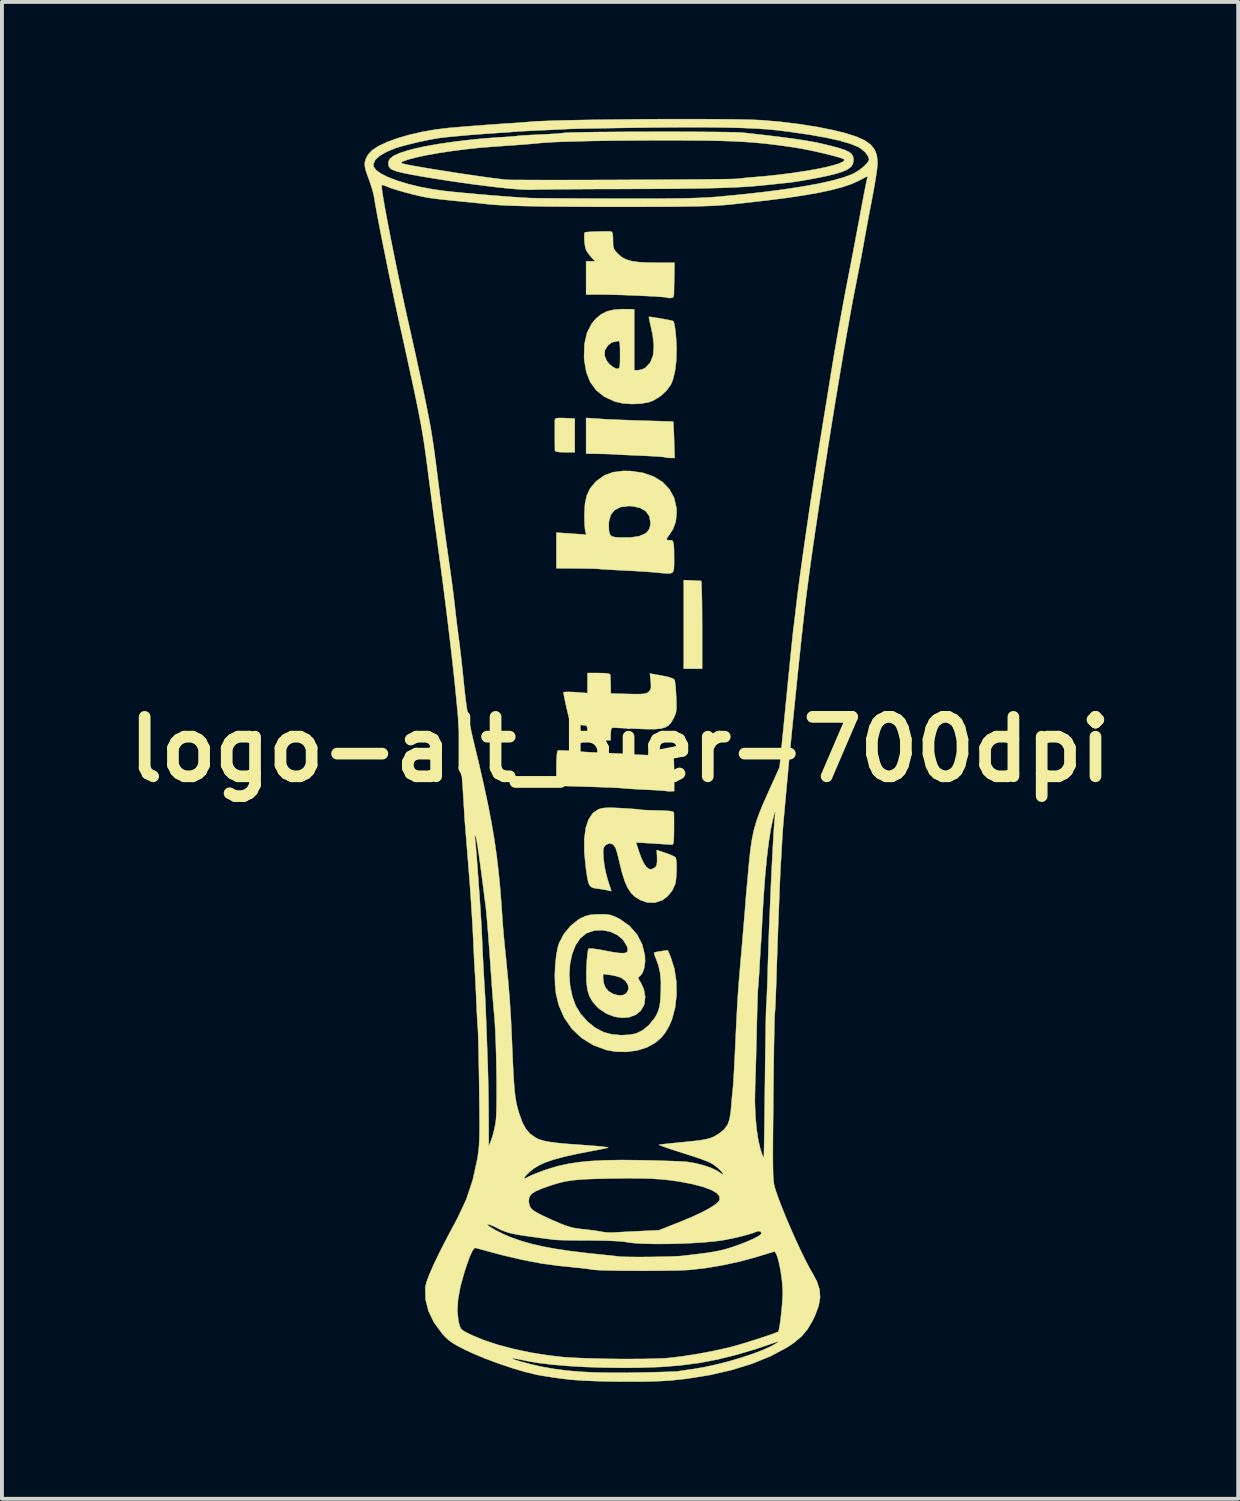
<source format=kicad_pcb>
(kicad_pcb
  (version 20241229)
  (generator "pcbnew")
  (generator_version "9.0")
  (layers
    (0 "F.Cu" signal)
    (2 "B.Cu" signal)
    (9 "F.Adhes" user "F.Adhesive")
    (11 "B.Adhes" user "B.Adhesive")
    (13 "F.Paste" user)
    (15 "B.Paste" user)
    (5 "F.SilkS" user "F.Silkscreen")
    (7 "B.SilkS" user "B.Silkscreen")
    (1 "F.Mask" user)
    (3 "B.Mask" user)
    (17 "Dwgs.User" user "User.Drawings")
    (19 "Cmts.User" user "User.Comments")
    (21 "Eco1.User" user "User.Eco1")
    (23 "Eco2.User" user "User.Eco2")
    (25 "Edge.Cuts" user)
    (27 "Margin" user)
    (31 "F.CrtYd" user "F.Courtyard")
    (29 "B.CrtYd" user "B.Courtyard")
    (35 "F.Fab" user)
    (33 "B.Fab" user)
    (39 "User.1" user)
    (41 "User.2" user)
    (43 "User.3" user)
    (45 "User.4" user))
  (footprint "logo-alt_bier-700dpi"
    (layer "F.Cu")
    (at 12.852 16.169)
    (property "Reference" "logo-alt_bier-700dpi" (at 0 0 0) (layer "F.SilkS") (effects (font (size 1.524 1.524) (thickness 0.3))))
    (attr through_hole)
    (fp_poly (pts (xy 1.841 -4.333) (xy 1.959 -4.327) (xy 2.047 -4.323) (xy 2.077 -4.321) (xy 2.084 -4.285) (xy 2.09 -4.186) (xy 2.095 -4.031) (xy 2.1 -3.831) (xy 2.103 -3.592) (xy 2.104 -3.325) (xy 2.105 -3.193) (xy 2.105 -2.068) (xy 1.633 -2.068) (xy 1.633 -4.342) (xy 1.841 -4.333)) (stroke (width 0.01) (type solid)) (fill yes) (layer "F.SilkS"))
    (fp_poly (pts (xy -1.415 -8.497) (xy -1.161 -8.485) (xy -1.161 -7.62) (xy -1.415 -7.62) (xy -1.563 -7.625) (xy -1.646 -7.641) (xy -1.67 -7.665) (xy -1.671 -7.738) (xy -1.672 -7.858) (xy -1.673 -8.004) (xy -1.673 -8.157) (xy -1.673 -8.296) (xy -1.673 -8.402) (xy -1.672 -8.455) (xy -1.657 -8.483) (xy -1.607 -8.498) (xy -1.508 -8.5) (xy -1.415 -8.497)) (stroke (width 0.01) (type solid)) (fill yes) (layer "F.SilkS"))
    (fp_poly (pts (xy -0.535 -8.478) (xy -0.394 -8.469) (xy -0.197 -8.46) (xy 0.037 -8.45) (xy 0.292 -8.441) (xy 0.549 -8.433) (xy 0.581 -8.432) (xy 0.81 -8.425) (xy 1.013 -8.419) (xy 1.18 -8.413) (xy 1.299 -8.409) (xy 1.36 -8.406) (xy 1.366 -8.405) (xy 1.369 -8.369) (xy 1.373 -8.274) (xy 1.379 -8.135) (xy 1.385 -7.964) (xy 1.386 -7.938) (xy 1.4 -7.475) (xy 1.287 -7.475) (xy 1.202 -7.48) (xy 1.157 -7.491) (xy 1.156 -7.492) (xy 1.116 -7.499) (xy 1.016 -7.508) (xy 0.87 -7.517) (xy 0.691 -7.527) (xy 0.597 -7.531) (xy 0.389 -7.54) (xy 0.19 -7.549) (xy 0.021 -7.557) (xy -0.101 -7.564) (xy -0.127 -7.566) (xy -0.257 -7.573) (xy -0.424 -7.578) (xy -0.59 -7.581) (xy -0.871 -7.584) (xy -0.871 -8.501) (xy -0.535 -8.478)) (stroke (width 0.01) (type solid)) (fill yes) (layer "F.SilkS"))
    (fp_poly (pts (xy -1.436 0.029) (xy -1.299 0.038) (xy -1.262 0.041) (xy -1.12 0.052) (xy -0.927 0.064) (xy -0.705 0.076) (xy -0.475 0.087) (xy -0.385 0.091) (xy -0.178 0.101) (xy 0.011 0.11) (xy 0.167 0.119) (xy 0.275 0.126) (xy 0.308 0.129) (xy 0.386 0.135) (xy 0.518 0.14) (xy 0.686 0.145) (xy 0.873 0.149) (xy 0.881 0.149) (xy 1.057 0.154) (xy 1.206 0.163) (xy 1.313 0.174) (xy 1.364 0.188) (xy 1.366 0.189) (xy 1.374 0.237) (xy 1.381 0.342) (xy 1.385 0.488) (xy 1.387 0.647) (xy 1.387 1.07) (xy 1.293 1.074) (xy 1.219 1.073) (xy 1.188 1.067) (xy 1.15 1.062) (xy 1.053 1.054) (xy 0.91 1.045) (xy 0.734 1.036) (xy 0.67 1.033) (xy 0.478 1.023) (xy 0.306 1.014) (xy 0.17 1.004) (xy 0.086 0.997) (xy 0.074 0.996) (xy 0.013 0.99) (xy -0.109 0.984) (xy -0.28 0.976) (xy -0.488 0.968) (xy -0.721 0.96) (xy -0.824 0.957) (xy -1.633 0.932) (xy -1.633 0.487) (xy -1.63 0.275) (xy -1.62 0.126) (xy -1.605 0.044) (xy -1.593 0.029) (xy -1.541 0.026) (xy -1.436 0.029)) (stroke (width 0.01) (type solid)) (fill yes) (layer "F.SilkS"))
    (fp_poly (pts (xy -0.259 -13.284) (xy -0.245 -13.283) (xy -0.209 -13.27) (xy -0.19 -13.226) (xy -0.182 -13.132) (xy -0.181 -13.059) (xy -0.178 -12.931) (xy -0.16 -12.847) (xy -0.117 -12.777) (xy -0.045 -12.701) (xy 0.048 -12.622) (xy 0.157 -12.564) (xy 0.293 -12.524) (xy 0.468 -12.498) (xy 0.694 -12.485) (xy 0.936 -12.482) (xy 1.397 -12.482) (xy 1.39 -12.11) (xy 1.387 -11.945) (xy 1.384 -11.799) (xy 1.382 -11.694) (xy 1.381 -11.657) (xy 1.359 -11.592) (xy 1.294 -11.575) (xy 1.222 -11.581) (xy 1.194 -11.59) (xy 1.154 -11.597) (xy 1.052 -11.606) (xy 0.903 -11.616) (xy 0.716 -11.626) (xy 0.505 -11.636) (xy 0.281 -11.645) (xy 0.057 -11.654) (xy -0.157 -11.66) (xy -0.347 -11.664) (xy -0.499 -11.666) (xy -0.871 -11.666) (xy -0.871 -12.519) (xy -0.64 -12.519) (xy -0.733 -12.618) (xy -0.809 -12.71) (xy -0.867 -12.799) (xy -0.87 -12.804) (xy -0.893 -12.878) (xy -0.909 -12.986) (xy -0.918 -13.103) (xy -0.917 -13.202) (xy -0.905 -13.258) (xy -0.903 -13.26) (xy -0.864 -13.267) (xy -0.771 -13.273) (xy -0.645 -13.279) (xy -0.504 -13.283) (xy -0.369 -13.285) (xy -0.259 -13.284)) (stroke (width 0.01) (type solid)) (fill yes) (layer "F.SilkS"))
    (fp_poly (pts (xy -0.384 -1.955) (xy -0.289 -1.942) (xy -0.251 -1.919) (xy -0.25 -1.914) (xy -0.247 -1.855) (xy -0.244 -1.749) (xy -0.241 -1.651) (xy -0.236 -1.433) (xy 0.212 -1.422) (xy 0.404 -1.418) (xy 0.538 -1.42) (xy 0.627 -1.428) (xy 0.685 -1.444) (xy 0.726 -1.47) (xy 0.733 -1.476) (xy 0.775 -1.526) (xy 0.793 -1.591) (xy 0.79 -1.695) (xy 0.786 -1.744) (xy 0.765 -1.945) (xy 1.07 -1.892) (xy 1.248 -1.855) (xy 1.357 -1.817) (xy 1.399 -1.781) (xy 1.41 -1.722) (xy 1.422 -1.609) (xy 1.434 -1.459) (xy 1.44 -1.343) (xy 1.446 -1.166) (xy 1.445 -1.043) (xy 1.434 -0.953) (xy 1.41 -0.877) (xy 1.373 -0.798) (xy 1.312 -0.694) (xy 1.245 -0.617) (xy 1.16 -0.565) (xy 1.047 -0.534) (xy 0.894 -0.52) (xy 0.688 -0.52) (xy 0.49 -0.527) (xy 0.291 -0.536) (xy 0.112 -0.544) (xy -0.032 -0.551) (xy -0.125 -0.556) (xy -0.145 -0.557) (xy -0.201 -0.554) (xy -0.228 -0.523) (xy -0.238 -0.445) (xy -0.239 -0.399) (xy -0.243 -0.236) (xy -0.385 -0.236) (xy -0.519 -0.238) (xy -0.663 -0.246) (xy -0.68 -0.247) (xy -0.835 -0.258) (xy -0.835 -0.438) (xy -0.839 -0.547) (xy -0.858 -0.602) (xy -0.895 -0.618) (xy -0.898 -0.618) (xy -1.004 -0.626) (xy -1.119 -0.642) (xy -1.216 -0.662) (xy -1.271 -0.681) (xy -1.273 -0.684) (xy -1.288 -0.725) (xy -1.313 -0.819) (xy -1.344 -0.948) (xy -1.378 -1.092) (xy -1.409 -1.235) (xy -1.435 -1.357) (xy -1.449 -1.44) (xy -1.452 -1.462) (xy -1.418 -1.472) (xy -1.329 -1.475) (xy -1.201 -1.471) (xy -1.143 -1.467) (xy -0.835 -1.444) (xy -0.835 -1.959) (xy -0.544 -1.959) (xy -0.384 -1.955)) (stroke (width 0.01) (type solid)) (fill yes) (layer "F.SilkS"))
    (fp_poly (pts (xy 0.245 -11.289) (xy 0.363 -11.285) (xy 0.363 -9.725) (xy 0.467 -9.725) (xy 0.572 -9.747) (xy 0.662 -9.796) (xy 0.779 -9.93) (xy 0.848 -10.11) (xy 0.867 -10.339) (xy 0.838 -10.618) (xy 0.801 -10.795) (xy 0.77 -10.929) (xy 0.748 -11.033) (xy 0.74 -11.089) (xy 0.74 -11.094) (xy 0.777 -11.092) (xy 0.865 -11.08) (xy 0.984 -11.061) (xy 1.114 -11.038) (xy 1.234 -11.015) (xy 1.325 -10.996) (xy 1.366 -10.984) (xy 1.366 -10.983) (xy 1.387 -10.929) (xy 1.407 -10.819) (xy 1.426 -10.669) (xy 1.44 -10.494) (xy 1.448 -10.312) (xy 1.449 -10.29) (xy 1.442 -9.977) (xy 1.408 -9.699) (xy 1.351 -9.47) (xy 1.305 -9.359) (xy 1.192 -9.201) (xy 1.032 -9.056) (xy 0.849 -8.946) (xy 0.748 -8.907) (xy 0.536 -8.867) (xy 0.294 -8.857) (xy 0.056 -8.877) (xy -0.134 -8.921) (xy -0.4 -9.043) (xy -0.609 -9.208) (xy -0.764 -9.418) (xy -0.866 -9.677) (xy -0.918 -9.986) (xy -0.924 -10.07) (xy -0.922 -10.103) (xy -0.399 -10.103) (xy -0.342 -9.965) (xy -0.276 -9.884) (xy -0.187 -9.811) (xy -0.104 -9.766) (xy -0.076 -9.761) (xy -0.042 -9.765) (xy -0.02 -9.786) (xy -0.007 -9.838) (xy -0.001 -9.933) (xy -0.000026 -10.085) (xy 0 -10.128) (xy -0.001 -10.294) (xy -0.006 -10.4) (xy -0.018 -10.457) (xy -0.036 -10.476) (xy -0.057 -10.472) (xy -0.14 -10.452) (xy -0.168 -10.45) (xy -0.228 -10.426) (xy -0.303 -10.368) (xy -0.31 -10.361) (xy -0.389 -10.239) (xy -0.399 -10.103) (xy -0.922 -10.103) (xy -0.912 -10.401) (xy -0.847 -10.685) (xy -0.727 -10.92) (xy -0.611 -11.056) (xy -0.479 -11.162) (xy -0.335 -11.234) (xy -0.161 -11.276) (xy 0.056 -11.291) (xy 0.245 -11.289)) (stroke (width 0.01) (type solid)) (fill yes) (layer "F.SilkS"))
    (fp_poly (pts (xy 0.269 -7.139) (xy 0.588 -7.093) (xy 0.863 -6.997) (xy 1.091 -6.856) (xy 1.267 -6.672) (xy 1.387 -6.45) (xy 1.446 -6.193) (xy 1.451 -6.077) (xy 1.429 -5.846) (xy 1.358 -5.649) (xy 1.264 -5.506) (xy 1.204 -5.42) (xy 1.198 -5.375) (xy 1.249 -5.363) (xy 1.294 -5.367) (xy 1.334 -5.36) (xy 1.361 -5.321) (xy 1.377 -5.24) (xy 1.385 -5.107) (xy 1.386 -4.912) (xy 1.386 -4.903) (xy 1.386 -4.733) (xy 1.379 -4.618) (xy 1.355 -4.548) (xy 1.301 -4.516) (xy 1.206 -4.511) (xy 1.058 -4.523) (xy 0.925 -4.537) (xy 0.782 -4.549) (xy 0.588 -4.562) (xy 0.366 -4.576) (xy 0.139 -4.588) (xy 0.073 -4.591) (xy -0.125 -4.601) (xy -0.3 -4.611) (xy -0.438 -4.619) (xy -0.524 -4.626) (xy -0.544 -4.628) (xy -0.599 -4.632) (xy -0.711 -4.636) (xy -0.867 -4.639) (xy -1.051 -4.641) (xy -1.116 -4.642) (xy -1.633 -4.645) (xy -1.633 -5.56) (xy -1.248 -5.534) (xy -0.864 -5.508) (xy -0.889 -5.589) (xy -0.9 -5.659) (xy -0.908 -5.762) (xy -0.29 -5.762) (xy -0.285 -5.611) (xy -0.265 -5.517) (xy -0.217 -5.466) (xy -0.129 -5.443) (xy -0.023 -5.435) (xy 0.261 -5.435) (xy 0.48 -5.466) (xy 0.635 -5.528) (xy 0.686 -5.568) (xy 0.753 -5.658) (xy 0.778 -5.768) (xy 0.78 -5.821) (xy 0.749 -5.984) (xy 0.658 -6.11) (xy 0.511 -6.195) (xy 0.312 -6.237) (xy 0.217 -6.241) (xy 0.013 -6.215) (xy -0.14 -6.139) (xy -0.24 -6.013) (xy -0.286 -5.838) (xy -0.29 -5.762) (xy -0.908 -5.762) (xy -0.909 -5.782) (xy -0.914 -5.935) (xy -0.915 -6.02) (xy -0.901 -6.29) (xy -0.855 -6.508) (xy -0.771 -6.687) (xy -0.644 -6.843) (xy -0.588 -6.896) (xy -0.398 -7.029) (xy -0.182 -7.109) (xy 0.072 -7.142) (xy 0.269 -7.139)) (stroke (width 0.01) (type solid)) (fill yes) (layer "F.SilkS"))
    (fp_poly (pts (xy -0.105 1.5) (xy 0.034 1.507) (xy 0.208 1.518) (xy 0.355 1.528) (xy 0.461 1.537) (xy 0.51 1.544) (xy 0.511 1.545) (xy 0.553 1.55) (xy 0.653 1.556) (xy 0.796 1.562) (xy 0.955 1.566) (xy 1.14 1.571) (xy 1.264 1.579) (xy 1.338 1.591) (xy 1.373 1.61) (xy 1.381 1.631) (xy 1.382 1.689) (xy 1.383 1.802) (xy 1.383 1.951) (xy 1.383 2.068) (xy 1.381 2.239) (xy 1.376 2.349) (xy 1.365 2.412) (xy 1.347 2.439) (xy 1.318 2.443) (xy 1.318 2.443) (xy 1.258 2.438) (xy 1.142 2.431) (xy 0.988 2.421) (xy 0.832 2.411) (xy 0.409 2.386) (xy 0.496 2.654) (xy 0.55 2.796) (xy 0.611 2.922) (xy 0.666 3.005) (xy 0.671 3.009) (xy 0.739 3.067) (xy 0.798 3.075) (xy 0.851 3.055) (xy 0.906 3.02) (xy 0.938 2.967) (xy 0.95 2.878) (xy 0.948 2.736) (xy 0.947 2.714) (xy 0.94 2.58) (xy 1.168 2.656) (xy 1.289 2.701) (xy 1.382 2.744) (xy 1.424 2.772) (xy 1.44 2.835) (xy 1.449 2.948) (xy 1.449 3.09) (xy 1.443 3.238) (xy 1.43 3.371) (xy 1.414 3.455) (xy 1.338 3.62) (xy 1.219 3.767) (xy 1.088 3.865) (xy 0.892 3.931) (xy 0.694 3.925) (xy 0.517 3.862) (xy 0.388 3.784) (xy 0.282 3.683) (xy 0.194 3.55) (xy 0.117 3.374) (xy 0.046 3.146) (xy -0.017 2.885) (xy -0.051 2.742) (xy -0.086 2.614) (xy -0.113 2.532) (xy -0.178 2.438) (xy -0.264 2.408) (xy -0.357 2.444) (xy -0.37 2.455) (xy -0.408 2.498) (xy -0.428 2.552) (xy -0.433 2.637) (xy -0.426 2.772) (xy -0.425 2.794) (xy -0.403 2.971) (xy -0.363 3.171) (xy -0.315 3.351) (xy -0.223 3.635) (xy -0.302 3.616) (xy -0.383 3.6) (xy -0.503 3.581) (xy -0.574 3.571) (xy -0.667 3.557) (xy -0.733 3.533) (xy -0.78 3.489) (xy -0.813 3.413) (xy -0.84 3.293) (xy -0.866 3.118) (xy -0.879 3.022) (xy -0.917 2.631) (xy -0.917 2.296) (xy -0.881 2.017) (xy -0.808 1.796) (xy -0.699 1.635) (xy -0.555 1.537) (xy -0.483 1.513) (xy -0.394 1.5) (xy -0.273 1.495) (xy -0.105 1.5)) (stroke (width 0.01) (type solid)) (fill yes) (layer "F.SilkS"))
    (fp_poly (pts (xy -0.37 4.231) (xy -0.257 4.245) (xy -0.157 4.277) (xy -0.039 4.334) (xy -0.006 4.352) (xy 0.24 4.524) (xy 0.433 4.743) (xy 0.567 5.001) (xy 0.636 5.28) (xy 0.642 5.444) (xy 0.621 5.6) (xy 0.577 5.729) (xy 0.516 5.809) (xy 0.511 5.812) (xy 0.472 5.843) (xy 0.47 5.879) (xy 0.507 5.944) (xy 0.529 5.977) (xy 0.609 6.148) (xy 0.643 6.341) (xy 0.625 6.524) (xy 0.618 6.547) (xy 0.533 6.699) (xy 0.403 6.806) (xy 0.238 6.868) (xy 0.051 6.884) (xy -0.148 6.854) (xy -0.346 6.778) (xy -0.532 6.654) (xy -0.585 6.606) (xy -0.701 6.476) (xy -0.783 6.335) (xy -0.835 6.171) (xy -0.862 5.968) (xy -0.863 5.875) (xy -0.435 5.875) (xy -0.418 5.993) (xy -0.379 6.101) (xy -0.297 6.2) (xy -0.18 6.271) (xy -0.05 6.307) (xy 0.072 6.303) (xy 0.161 6.257) (xy 0.214 6.159) (xy 0.207 6.049) (xy 0.145 5.943) (xy 0.041 5.863) (xy -0.057 5.826) (xy -0.187 5.795) (xy -0.248 5.785) (xy -0.435 5.76) (xy -0.435 5.875) (xy -0.863 5.875) (xy -0.866 5.715) (xy -0.861 5.576) (xy -0.851 5.405) (xy -0.837 5.26) (xy -0.823 5.158) (xy -0.81 5.113) (xy -0.762 5.107) (xy -0.66 5.115) (xy -0.518 5.136) (xy -0.416 5.155) (xy -0.181 5.2) (xy -0.009 5.223) (xy 0.107 5.225) (xy 0.174 5.202) (xy 0.199 5.155) (xy 0.188 5.081) (xy 0.176 5.047) (xy 0.078 4.885) (xy -0.069 4.76) (xy -0.252 4.675) (xy -0.453 4.635) (xy -0.659 4.645) (xy -0.852 4.71) (xy -0.87 4.72) (xy -1.021 4.844) (xy -1.141 5.023) (xy -1.229 5.246) (xy -1.283 5.5) (xy -1.301 5.774) (xy -1.282 6.056) (xy -1.224 6.336) (xy -1.139 6.571) (xy -1.013 6.78) (xy -0.838 6.977) (xy -0.633 7.141) (xy -0.42 7.253) (xy -0.417 7.254) (xy -0.207 7.308) (xy 0.03 7.329) (xy 0.262 7.317) (xy 0.404 7.288) (xy 0.578 7.204) (xy 0.744 7.066) (xy 0.884 6.892) (xy 0.933 6.809) (xy 0.978 6.709) (xy 1.009 6.609) (xy 1.028 6.487) (xy 1.04 6.324) (xy 1.045 6.233) (xy 1.048 5.959) (xy 1.028 5.733) (xy 0.983 5.533) (xy 0.919 5.361) (xy 0.885 5.273) (xy 0.872 5.218) (xy 0.874 5.211) (xy 0.916 5.199) (xy 1.004 5.182) (xy 1.056 5.174) (xy 1.224 5.15) (xy 1.297 5.323) (xy 1.393 5.623) (xy 1.443 5.953) (xy 1.449 6.292) (xy 1.411 6.624) (xy 1.33 6.928) (xy 1.253 7.104) (xy 1.162 7.261) (xy 1.068 7.379) (xy 0.946 7.489) (xy 0.899 7.525) (xy 0.693 7.641) (xy 0.443 7.72) (xy 0.168 7.758) (xy -0.114 7.752) (xy -0.353 7.709) (xy -0.691 7.583) (xy -0.987 7.4) (xy -1.235 7.165) (xy -1.432 6.883) (xy -1.573 6.559) (xy -1.642 6.273) (xy -1.666 6.047) (xy -1.673 5.792) (xy -1.662 5.531) (xy -1.636 5.283) (xy -1.596 5.073) (xy -1.563 4.966) (xy -1.442 4.735) (xy -1.271 4.528) (xy -1.069 4.365) (xy -1.002 4.327) (xy -0.887 4.275) (xy -0.775 4.245) (xy -0.639 4.232) (xy -0.526 4.229) (xy -0.37 4.231)) (stroke (width 0.01) (type solid)) (fill yes) (layer "F.SilkS"))
    (fp_poly (pts (xy 1.5 -15.84) (xy 1.84 -15.839) (xy 2.158 -15.837) (xy 2.446 -15.835) (xy 2.696 -15.832) (xy 2.9 -15.828) (xy 3.05 -15.823) (xy 3.139 -15.818) (xy 3.643 -15.762) (xy 4.078 -15.71) (xy 4.447 -15.661) (xy 4.752 -15.615) (xy 4.997 -15.572) (xy 5.116 -15.547) (xy 5.391 -15.482) (xy 5.602 -15.426) (xy 5.758 -15.375) (xy 5.867 -15.325) (xy 5.936 -15.271) (xy 5.973 -15.21) (xy 5.986 -15.138) (xy 5.987 -15.113) (xy 5.973 -15.022) (xy 5.927 -14.945) (xy 5.84 -14.878) (xy 5.707 -14.817) (xy 5.521 -14.759) (xy 5.273 -14.7) (xy 5.092 -14.663) (xy 4.882 -14.623) (xy 4.678 -14.587) (xy 4.499 -14.558) (xy 4.366 -14.539) (xy 4.336 -14.536) (xy 4.198 -14.522) (xy 4.019 -14.503) (xy 3.832 -14.484) (xy 3.774 -14.477) (xy 3.581 -14.458) (xy 3.381 -14.441) (xy 3.169 -14.426) (xy 2.937 -14.414) (xy 2.68 -14.403) (xy 2.39 -14.395) (xy 2.061 -14.388) (xy 1.687 -14.383) (xy 1.26 -14.378) (xy 0.776 -14.376) (xy 0.226 -14.374) (xy 0.13 -14.373) (xy -0.272 -14.372) (xy -0.654 -14.371) (xy -1.009 -14.369) (xy -1.332 -14.367) (xy -1.615 -14.365) (xy -1.852 -14.362) (xy -2.037 -14.36) (xy -2.163 -14.357) (xy -2.225 -14.355) (xy -2.228 -14.355) (xy -2.295 -14.352) (xy -2.414 -14.355) (xy -2.57 -14.363) (xy -2.703 -14.372) (xy -2.934 -14.393) (xy -3.207 -14.423) (xy -3.511 -14.46) (xy -3.835 -14.502) (xy -4.167 -14.549) (xy -4.497 -14.598) (xy -4.812 -14.648) (xy -5.102 -14.696) (xy -5.356 -14.742) (xy -5.561 -14.783) (xy -5.708 -14.819) (xy -5.724 -14.823) (xy -5.842 -14.865) (xy -5.906 -14.91) (xy -5.937 -14.971) (xy -5.938 -14.975) (xy -5.941 -15.043) (xy -5.612 -15.043) (xy -5.566 -15.022) (xy -5.501 -15.005) (xy -5.374 -14.98) (xy -5.195 -14.948) (xy -4.976 -14.91) (xy -4.727 -14.869) (xy -4.457 -14.827) (xy -4.178 -14.783) (xy -3.898 -14.741) (xy -3.63 -14.702) (xy -3.383 -14.667) (xy -3.168 -14.639) (xy -2.994 -14.618) (xy -2.921 -14.61) (xy -2.855 -14.607) (xy -2.725 -14.605) (xy -2.537 -14.604) (xy -2.298 -14.603) (xy -2.015 -14.602) (xy -1.694 -14.602) (xy -1.343 -14.602) (xy -0.967 -14.603) (xy -0.575 -14.604) (xy -0.171 -14.605) (xy 0.235 -14.607) (xy 0.639 -14.609) (xy 1.033 -14.611) (xy 1.411 -14.613) (xy 1.765 -14.616) (xy 2.089 -14.618) (xy 2.376 -14.621) (xy 2.62 -14.624) (xy 2.813 -14.627) (xy 2.95 -14.631) (xy 3.022 -14.634) (xy 3.03 -14.635) (xy 3.119 -14.647) (xy 3.253 -14.661) (xy 3.406 -14.675) (xy 3.429 -14.676) (xy 3.774 -14.706) (xy 4.113 -14.743) (xy 4.438 -14.785) (xy 4.742 -14.831) (xy 5.019 -14.879) (xy 5.262 -14.928) (xy 5.464 -14.978) (xy 5.618 -15.026) (xy 5.717 -15.071) (xy 5.755 -15.112) (xy 5.746 -15.133) (xy 5.694 -15.157) (xy 5.585 -15.192) (xy 5.432 -15.234) (xy 5.248 -15.28) (xy 5.048 -15.326) (xy 4.845 -15.37) (xy 4.652 -15.407) (xy 4.483 -15.436) (xy 4.481 -15.436) (xy 4.19 -15.478) (xy 3.922 -15.513) (xy 3.667 -15.542) (xy 3.416 -15.565) (xy 3.158 -15.583) (xy 2.883 -15.597) (xy 2.58 -15.607) (xy 2.24 -15.614) (xy 1.851 -15.618) (xy 1.405 -15.62) (xy 1.197 -15.62) (xy 0.679 -15.619) (xy 0.183 -15.616) (xy -0.283 -15.611) (xy -0.714 -15.604) (xy -1.103 -15.595) (xy -1.443 -15.585) (xy -1.729 -15.573) (xy -1.954 -15.559) (xy -2.086 -15.548) (xy -2.193 -15.537) (xy -2.329 -15.525) (xy -2.501 -15.511) (xy -2.721 -15.495) (xy -2.996 -15.476) (xy -3.266 -15.457) (xy -3.611 -15.429) (xy -3.963 -15.391) (xy -4.312 -15.346) (xy -4.645 -15.296) (xy -4.949 -15.242) (xy -5.213 -15.186) (xy -5.425 -15.13) (xy -5.534 -15.093) (xy -5.604 -15.063) (xy -5.612 -15.043) (xy -5.941 -15.043) (xy -5.942 -15.067) (xy -5.903 -15.147) (xy -5.813 -15.219) (xy -5.667 -15.288) (xy -5.459 -15.356) (xy -5.28 -15.404) (xy -5.013 -15.463) (xy -4.69 -15.521) (xy -4.329 -15.575) (xy -3.947 -15.623) (xy -3.561 -15.662) (xy -3.19 -15.691) (xy -3.102 -15.697) (xy -2.932 -15.707) (xy -2.79 -15.717) (xy -2.69 -15.725) (xy -2.648 -15.731) (xy -2.648 -15.731) (xy -2.607 -15.737) (xy -2.507 -15.744) (xy -2.36 -15.753) (xy -2.18 -15.762) (xy -2.086 -15.766) (xy -1.887 -15.776) (xy -1.708 -15.787) (xy -1.565 -15.797) (xy -1.472 -15.806) (xy -1.451 -15.81) (xy -1.388 -15.815) (xy -1.26 -15.82) (xy -1.075 -15.825) (xy -0.841 -15.829) (xy -0.566 -15.833) (xy -0.259 -15.835) (xy 0.074 -15.838) (xy 0.425 -15.839) (xy 0.784 -15.84) (xy 1.145 -15.841) (xy 1.5 -15.84)) (stroke (width 0.01) (type solid)) (fill yes) (layer "F.SilkS"))
    (fp_poly (pts (xy 2.211 -16.163) (xy 2.579 -16.161) (xy 2.909 -16.158) (xy 3.196 -16.153) (xy 3.431 -16.146) (xy 3.606 -16.138) (xy 3.629 -16.137) (xy 4.115 -16.095) (xy 4.598 -16.036) (xy 5.06 -15.963) (xy 5.481 -15.878) (xy 5.772 -15.806) (xy 6.054 -15.717) (xy 6.269 -15.621) (xy 6.425 -15.512) (xy 6.529 -15.385) (xy 6.586 -15.231) (xy 6.604 -15.047) (xy 6.604 -15.044) (xy 6.597 -14.947) (xy 6.578 -14.793) (xy 6.548 -14.598) (xy 6.51 -14.375) (xy 6.466 -14.139) (xy 6.46 -14.108) (xy 6.412 -13.858) (xy 6.364 -13.607) (xy 6.321 -13.373) (xy 6.284 -13.173) (xy 6.258 -13.027) (xy 6.258 -13.027) (xy 6.233 -12.886) (xy 6.197 -12.692) (xy 6.153 -12.458) (xy 6.103 -12.203) (xy 6.052 -11.942) (xy 6.037 -11.865) (xy 5.968 -11.513) (xy 5.892 -11.098) (xy 5.809 -10.628) (xy 5.72 -10.113) (xy 5.627 -9.561) (xy 5.531 -8.982) (xy 5.434 -8.384) (xy 5.337 -7.776) (xy 5.242 -7.167) (xy 5.15 -6.565) (xy 5.062 -5.98) (xy 4.979 -5.421) (xy 4.904 -4.896) (xy 4.838 -4.414) (xy 4.781 -3.983) (xy 4.773 -3.919) (xy 4.747 -3.706) (xy 4.716 -3.431) (xy 4.679 -3.102) (xy 4.639 -2.73) (xy 4.596 -2.324) (xy 4.551 -1.894) (xy 4.506 -1.448) (xy 4.46 -0.997) (xy 4.415 -0.551) (xy 4.373 -0.117) (xy 4.333 0.292) (xy 4.298 0.669) (xy 4.283 0.835) (xy 4.26 1.083) (xy 4.239 1.317) (xy 4.22 1.525) (xy 4.205 1.692) (xy 4.194 1.806) (xy 4.192 1.832) (xy 4.182 1.953) (xy 4.17 2.117) (xy 4.159 2.295) (xy 4.155 2.359) (xy 4.144 2.552) (xy 4.132 2.758) (xy 4.121 2.938) (xy 4.119 2.975) (xy 4.111 3.114) (xy 4.103 3.302) (xy 4.093 3.518) (xy 4.085 3.74) (xy 4.083 3.792) (xy 4.074 4.032) (xy 4.064 4.293) (xy 4.054 4.545) (xy 4.046 4.757) (xy 4.046 4.772) (xy 4.039 4.953) (xy 4.031 5.185) (xy 4.022 5.447) (xy 4.014 5.716) (xy 4.007 5.933) (xy 3.999 6.164) (xy 3.991 6.378) (xy 3.983 6.561) (xy 3.975 6.7) (xy 3.968 6.781) (xy 3.968 6.785) (xy 3.964 6.845) (xy 3.96 6.969) (xy 3.956 7.153) (xy 3.951 7.388) (xy 3.946 7.668) (xy 3.942 7.985) (xy 3.937 8.333) (xy 3.933 8.705) (xy 3.93 8.981) (xy 3.926 9.421) (xy 3.922 9.795) (xy 3.92 10.109) (xy 3.919 10.369) (xy 3.92 10.581) (xy 3.922 10.752) (xy 3.925 10.887) (xy 3.931 10.993) (xy 3.938 11.076) (xy 3.947 11.143) (xy 3.959 11.199) (xy 3.973 11.251) (xy 3.983 11.285) (xy 4.053 11.49) (xy 4.148 11.739) (xy 4.261 12.017) (xy 4.386 12.309) (xy 4.516 12.6) (xy 4.644 12.876) (xy 4.765 13.121) (xy 4.871 13.322) (xy 4.926 13.416) (xy 5.047 13.642) (xy 5.115 13.849) (xy 5.13 14.054) (xy 5.093 14.27) (xy 5.003 14.513) (xy 4.933 14.659) (xy 4.806 14.874) (xy 4.653 15.054) (xy 4.458 15.218) (xy 4.274 15.341) (xy 3.864 15.559) (xy 3.395 15.751) (xy 2.874 15.913) (xy 2.312 16.043) (xy 1.716 16.139) (xy 1.306 16.183) (xy 1.057 16.199) (xy 0.753 16.209) (xy 0.412 16.214) (xy 0.051 16.214) (xy -0.312 16.209) (xy -0.66 16.199) (xy -0.975 16.185) (xy -1.24 16.166) (xy -1.288 16.161) (xy -1.513 16.135) (xy -1.756 16.101) (xy -1.985 16.065) (xy -2.138 16.037) (xy -2.43 15.966) (xy -2.763 15.868) (xy -3.115 15.75) (xy -3.462 15.62) (xy -3.476 15.614) (xy -2.781 15.614) (xy -2.758 15.631) (xy -2.678 15.66) (xy -2.556 15.697) (xy -2.405 15.738) (xy -2.241 15.78) (xy -2.078 15.817) (xy -1.978 15.838) (xy -1.671 15.891) (xy -1.357 15.931) (xy -1.025 15.96) (xy -0.66 15.978) (xy -0.252 15.986) (xy 0.213 15.985) (xy 0.327 15.983) (xy 0.599 15.978) (xy 0.852 15.973) (xy 1.076 15.967) (xy 1.259 15.961) (xy 1.393 15.956) (xy 1.465 15.951) (xy 1.47 15.95) (xy 1.558 15.937) (xy 1.692 15.917) (xy 1.844 15.895) (xy 1.869 15.892) (xy 2.16 15.843) (xy 2.474 15.774) (xy 2.795 15.692) (xy 3.11 15.599) (xy 3.406 15.501) (xy 3.667 15.401) (xy 3.88 15.304) (xy 3.992 15.24) (xy 4.053 15.198) (xy 4.062 15.182) (xy 4.046 15.186) (xy 3.5 15.372) (xy 2.995 15.523) (xy 2.515 15.642) (xy 2.043 15.733) (xy 1.561 15.796) (xy 1.055 15.837) (xy 0.505 15.857) (xy 0.091 15.86) (xy -0.411 15.854) (xy -0.89 15.838) (xy -1.337 15.812) (xy -1.742 15.777) (xy -2.096 15.735) (xy -2.389 15.684) (xy -2.436 15.674) (xy -2.581 15.644) (xy -2.697 15.622) (xy -2.768 15.613) (xy -2.781 15.614) (xy -3.476 15.614) (xy -3.783 15.486) (xy -3.973 15.397) (xy -4.158 15.303) (xy -4.293 15.223) (xy -4.399 15.146) (xy -4.494 15.057) (xy -4.568 14.975) (xy -4.773 14.695) (xy -4.914 14.402) (xy -4.916 14.395) (xy -4.173 14.395) (xy -4.146 14.654) (xy -4.131 14.72) (xy -4.108 14.8) (xy -4.078 14.858) (xy -4.026 14.905) (xy -3.937 14.956) (xy -3.797 15.024) (xy -3.796 15.025) (xy -3.486 15.153) (xy -3.12 15.273) (xy -2.713 15.38) (xy -2.28 15.471) (xy -1.838 15.541) (xy -1.484 15.582) (xy -1.261 15.598) (xy -0.988 15.611) (xy -0.681 15.621) (xy -0.352 15.629) (xy -0.015 15.633) (xy 0.317 15.633) (xy 0.629 15.631) (xy 0.908 15.624) (xy 1.14 15.615) (xy 1.299 15.602) (xy 1.641 15.559) (xy 2.021 15.498) (xy 2.406 15.425) (xy 2.766 15.345) (xy 2.831 15.329) (xy 2.958 15.295) (xy 3.12 15.248) (xy 3.301 15.192) (xy 3.49 15.132) (xy 3.672 15.073) (xy 3.833 15.019) (xy 3.96 14.973) (xy 4.039 14.942) (xy 4.058 14.931) (xy 4.075 14.883) (xy 4.094 14.779) (xy 4.115 14.633) (xy 4.134 14.464) (xy 4.152 14.285) (xy 4.164 14.114) (xy 4.171 13.965) (xy 4.172 13.916) (xy 4.164 13.742) (xy 4.145 13.555) (xy 4.117 13.368) (xy 4.083 13.194) (xy 4.045 13.046) (xy 4.006 12.938) (xy 3.969 12.882) (xy 3.953 12.878) (xy 3.899 12.894) (xy 3.791 12.927) (xy 3.647 12.971) (xy 3.504 13.015) (xy 3.085 13.13) (xy 2.631 13.229) (xy 2.178 13.304) (xy 1.778 13.349) (xy 1.638 13.356) (xy 1.447 13.363) (xy 1.218 13.367) (xy 0.961 13.37) (xy 0.688 13.371) (xy 0.41 13.371) (xy 0.138 13.37) (xy -0.115 13.366) (xy -0.338 13.362) (xy -0.521 13.356) (xy -0.651 13.348) (xy -0.708 13.342) (xy -0.811 13.325) (xy -0.943 13.308) (xy -0.998 13.302) (xy -1.112 13.291) (xy -1.273 13.274) (xy -1.456 13.255) (xy -1.578 13.243) (xy -2.007 13.185) (xy -2.49 13.093) (xy -3.019 12.97) (xy -3.585 12.818) (xy -3.703 12.784) (xy -3.744 12.8) (xy -3.793 12.871) (xy -3.853 13.002) (xy -3.924 13.197) (xy -3.987 13.389) (xy -4.094 13.771) (xy -4.155 14.104) (xy -4.173 14.395) (xy -4.916 14.395) (xy -4.989 14.103) (xy -4.995 13.805) (xy -4.992 13.776) (xy -4.961 13.653) (xy -4.893 13.471) (xy -4.79 13.236) (xy -4.654 12.949) (xy -4.485 12.615) (xy -4.286 12.238) (xy -4.251 12.174) (xy -3.411 12.174) (xy -3.38 12.213) (xy -3.295 12.271) (xy -3.172 12.341) (xy -3.023 12.416) (xy -2.864 12.487) (xy -2.758 12.529) (xy -2.515 12.612) (xy -2.257 12.685) (xy -1.973 12.75) (xy -1.654 12.809) (xy -1.29 12.863) (xy -0.87 12.915) (xy -0.49 12.955) (xy -0.32 12.972) (xy -0.172 12.988) (xy -0.064 13) (xy -0.018 13.006) (xy 0.067 13.012) (xy 0.21 13.015) (xy 0.396 13.017) (xy 0.609 13.017) (xy 0.834 13.015) (xy 1.058 13.011) (xy 1.263 13.006) (xy 1.436 12.999) (xy 1.562 12.992) (xy 1.597 12.988) (xy 1.767 12.968) (xy 1.949 12.947) (xy 2.05 12.935) (xy 2.203 12.915) (xy 2.384 12.886) (xy 2.537 12.858) (xy 2.699 12.818) (xy 2.879 12.763) (xy 3.065 12.698) (xy 3.244 12.628) (xy 3.403 12.559) (xy 3.528 12.495) (xy 3.607 12.442) (xy 3.629 12.411) (xy 3.601 12.361) (xy 3.534 12.354) (xy 3.49 12.37) (xy 3.404 12.404) (xy 3.266 12.446) (xy 3.094 12.491) (xy 2.907 12.535) (xy 2.724 12.572) (xy 2.631 12.589) (xy 2.41 12.618) (xy 2.148 12.642) (xy 1.856 12.66) (xy 1.549 12.674) (xy 1.24 12.681) (xy 0.941 12.683) (xy 0.665 12.678) (xy 0.426 12.667) (xy 0.238 12.649) (xy 0.141 12.632) (xy 0.053 12.62) (xy -0.092 12.61) (xy -0.283 12.601) (xy -0.504 12.596) (xy -0.742 12.593) (xy -0.784 12.593) (xy -1.022 12.592) (xy -1.243 12.59) (xy -1.435 12.586) (xy -1.584 12.582) (xy -1.677 12.576) (xy -1.687 12.575) (xy -1.997 12.535) (xy -2.244 12.502) (xy -2.437 12.475) (xy -2.585 12.452) (xy -2.699 12.431) (xy -2.787 12.413) (xy -2.858 12.394) (xy -2.885 12.385) (xy -2.995 12.347) (xy -3.077 12.314) (xy -3.102 12.3) (xy -3.156 12.269) (xy -3.238 12.232) (xy -3.323 12.197) (xy -3.389 12.175) (xy -3.411 12.174) (xy -4.251 12.174) (xy -4.173 12.029) (xy -3.96 11.577) (xy -2.343 11.577) (xy -2.333 11.658) (xy -2.314 11.72) (xy -2.278 11.776) (xy -2.214 11.831) (xy -2.113 11.892) (xy -1.966 11.966) (xy -1.762 12.059) (xy -1.736 12.071) (xy -1.538 12.157) (xy -1.384 12.217) (xy -1.253 12.257) (xy -1.122 12.284) (xy -0.972 12.303) (xy -0.943 12.305) (xy -0.776 12.324) (xy -0.622 12.344) (xy -0.505 12.364) (xy -0.472 12.371) (xy -0.356 12.387) (xy -0.216 12.391) (xy -0.163 12.389) (xy -0.057 12.383) (xy 0.101 12.374) (xy 0.29 12.365) (xy 0.49 12.355) (xy 0.508 12.354) (xy 0.998 12.332) (xy 1.556 12.11) (xy 1.847 11.989) (xy 2.097 11.872) (xy 2.299 11.764) (xy 2.447 11.669) (xy 2.534 11.589) (xy 2.552 11.559) (xy 2.552 11.467) (xy 2.481 11.379) (xy 2.339 11.296) (xy 2.127 11.218) (xy 1.846 11.146) (xy 1.821 11.141) (xy 1.567 11.091) (xy 1.319 11.053) (xy 1.064 11.026) (xy 0.787 11.008) (xy 0.476 11) (xy 0.117 10.999) (xy -0.221 11.004) (xy -0.549 11.011) (xy -0.817 11.02) (xy -1.037 11.033) (xy -1.223 11.051) (xy -1.386 11.076) (xy -1.539 11.111) (xy -1.695 11.156) (xy -1.867 11.213) (xy -1.976 11.252) (xy -2.153 11.325) (xy -2.267 11.396) (xy -2.327 11.477) (xy -2.343 11.577) (xy -3.96 11.577) (xy -3.949 11.554) (xy -3.779 11.045) (xy -3.66 10.505) (xy -3.643 10.396) (xy -3.629 10.29) (xy -3.618 10.178) (xy -3.611 10.052) (xy -3.606 9.902) (xy -3.603 9.719) (xy -3.604 9.496) (xy -3.606 9.222) (xy -3.61 8.889) (xy -3.612 8.69) (xy -3.617 8.373) (xy -3.622 8.074) (xy -3.627 7.804) (xy -3.633 7.57) (xy -3.637 7.381) (xy -3.642 7.246) (xy -3.646 7.173) (xy -3.646 7.166) (xy -3.653 7.091) (xy -3.661 6.96) (xy -3.67 6.79) (xy -3.679 6.596) (xy -3.682 6.531) (xy -3.691 6.319) (xy -3.701 6.11) (xy -3.71 5.927) (xy -3.718 5.789) (xy -3.719 5.769) (xy -3.728 5.634) (xy -3.738 5.453) (xy -3.748 5.252) (xy -3.755 5.098) (xy -3.768 4.822) (xy -3.781 4.561) (xy -3.796 4.306) (xy -3.812 4.047) (xy -3.83 3.773) (xy -3.851 3.475) (xy -3.877 3.142) (xy -3.907 2.765) (xy -3.941 2.333) (xy -3.951 2.214) (xy -3.728 2.214) (xy -3.72 2.286) (xy -3.709 2.389) (xy -3.696 2.532) (xy -3.684 2.667) (xy -3.643 3.223) (xy -3.608 3.71) (xy -3.579 4.13) (xy -3.558 4.485) (xy -3.543 4.779) (xy -3.54 4.844) (xy -3.528 5.123) (xy -3.515 5.387) (xy -3.501 5.658) (xy -3.484 5.959) (xy -3.465 6.277) (xy -3.46 6.372) (xy -3.454 6.481) (xy -3.449 6.612) (xy -3.442 6.774) (xy -3.434 6.973) (xy -3.425 7.216) (xy -3.414 7.513) (xy -3.402 7.869) (xy -3.392 8.146) (xy -3.386 8.365) (xy -3.38 8.632) (xy -3.375 8.923) (xy -3.371 9.214) (xy -3.37 9.434) (xy -3.367 10.178) (xy -3.297 10.002) (xy -3.257 9.874) (xy -3.217 9.711) (xy -3.188 9.548) (xy -3.177 9.429) (xy -3.17 9.249) (xy -3.166 9.02) (xy -3.165 8.754) (xy -3.166 8.462) (xy -3.171 8.156) (xy -3.177 7.849) (xy -3.186 7.55) (xy -3.197 7.273) (xy -3.21 7.029) (xy -3.225 6.83) (xy -3.226 6.822) (xy -3.244 6.618) (xy -3.262 6.399) (xy -3.277 6.2) (xy -3.282 6.132) (xy -3.314 5.673) (xy -3.342 5.281) (xy -3.366 4.951) (xy -3.387 4.675) (xy -3.405 4.45) (xy -3.421 4.269) (xy -3.435 4.126) (xy -3.447 4.016) (xy -3.448 4.01) (xy -3.503 3.579) (xy -3.55 3.216) (xy -3.59 2.917) (xy -3.624 2.678) (xy -3.651 2.495) (xy -3.673 2.363) (xy -3.69 2.279) (xy -3.701 2.242) (xy -3.723 2.198) (xy -3.728 2.214) (xy -3.951 2.214) (xy -3.972 1.959) (xy -3.982 1.832) (xy -3.993 1.662) (xy -4.004 1.477) (xy -4.009 1.397) (xy -4.02 1.214) (xy -4.031 1.034) (xy -4.042 0.884) (xy -4.046 0.835) (xy -4.065 0.569) (xy -4.086 0.246) (xy -4.108 -0.12) (xy -4.12 -0.345) (xy -4.136 -0.596) (xy -4.162 -0.911) (xy -4.197 -1.281) (xy -4.239 -1.697) (xy -4.288 -2.152) (xy -4.343 -2.636) (xy -4.403 -3.143) (xy -4.467 -3.662) (xy -4.533 -4.186) (xy -4.602 -4.707) (xy -4.663 -5.153) (xy -4.709 -5.49) (xy -4.759 -5.855) (xy -4.809 -6.228) (xy -4.857 -6.589) (xy -4.9 -6.918) (xy -4.934 -7.185) (xy -4.963 -7.407) (xy -4.991 -7.612) (xy -5.019 -7.808) (xy -5.049 -8.001) (xy -5.082 -8.199) (xy -5.12 -8.408) (xy -5.164 -8.636) (xy -5.215 -8.891) (xy -5.275 -9.178) (xy -5.345 -9.506) (xy -5.427 -9.881) (xy -5.521 -10.311) (xy -5.63 -10.803) (xy -5.66 -10.94) (xy -5.721 -11.216) (xy -5.786 -11.522) (xy -5.855 -11.848) (xy -5.925 -12.185) (xy -5.994 -12.523) (xy -6.061 -12.852) (xy -6.123 -13.165) (xy -6.178 -13.45) (xy -6.226 -13.699) (xy -6.263 -13.902) (xy -6.289 -14.05) (xy -6.298 -14.115) (xy -6.323 -14.242) (xy -6.369 -14.406) (xy -6.376 -14.43) (xy -6.114 -14.43) (xy -6.102 -14.322) (xy -6.077 -14.156) (xy -6.04 -13.939) (xy -5.992 -13.678) (xy -5.935 -13.379) (xy -5.871 -13.049) (xy -5.8 -12.694) (xy -5.724 -12.322) (xy -5.644 -11.938) (xy -5.561 -11.549) (xy -5.477 -11.162) (xy -5.392 -10.784) (xy -5.37 -10.686) (xy -5.3 -10.374) (xy -5.225 -10.034) (xy -5.15 -9.688) (xy -5.079 -9.357) (xy -5.017 -9.064) (xy -4.989 -8.926) (xy -4.939 -8.677) (xy -4.895 -8.454) (xy -4.857 -8.243) (xy -4.822 -8.033) (xy -4.788 -7.809) (xy -4.753 -7.559) (xy -4.715 -7.27) (xy -4.672 -6.929) (xy -4.645 -6.713) (xy -4.601 -6.366) (xy -4.558 -6.036) (xy -4.513 -5.705) (xy -4.464 -5.351) (xy -4.408 -4.956) (xy -4.376 -4.735) (xy -4.342 -4.495) (xy -4.308 -4.246) (xy -4.278 -4.01) (xy -4.254 -3.812) (xy -4.245 -3.737) (xy -4.221 -3.52) (xy -4.192 -3.274) (xy -4.163 -3.043) (xy -4.154 -2.975) (xy -4.131 -2.801) (xy -4.112 -2.651) (xy -4.095 -2.51) (xy -4.078 -2.363) (xy -4.059 -2.197) (xy -4.038 -1.997) (xy -4.012 -1.748) (xy -3.993 -1.56) (xy -3.955 -1.237) (xy -3.911 -0.938) (xy -3.854 -0.636) (xy -3.781 -0.305) (xy -3.742 -0.145) (xy -3.603 0.436) (xy -3.484 0.961) (xy -3.382 1.439) (xy -3.297 1.884) (xy -3.225 2.307) (xy -3.166 2.72) (xy -3.117 3.135) (xy -3.075 3.564) (xy -3.04 4.018) (xy -3.031 4.155) (xy -3.016 4.375) (xy -3.001 4.576) (xy -2.983 4.778) (xy -2.962 5.002) (xy -2.935 5.269) (xy -2.921 5.407) (xy -2.87 5.936) (xy -2.83 6.434) (xy -2.798 6.938) (xy -2.776 7.42) (xy -2.76 7.8) (xy -2.746 8.116) (xy -2.732 8.376) (xy -2.718 8.589) (xy -2.703 8.764) (xy -2.686 8.908) (xy -2.666 9.032) (xy -2.643 9.142) (xy -2.615 9.248) (xy -2.586 9.344) (xy -2.505 9.568) (xy -2.414 9.735) (xy -2.302 9.861) (xy -2.166 9.958) (xy -2.08 10) (xy -1.969 10.034) (xy -1.826 10.064) (xy -1.639 10.089) (xy -1.4 10.113) (xy -1.101 10.135) (xy -1.016 10.141) (xy -0.807 10.156) (xy -0.619 10.171) (xy -0.463 10.186) (xy -0.353 10.2) (xy -0.302 10.21) (xy -0.3 10.212) (xy -0.33 10.221) (xy -0.418 10.24) (xy -0.551 10.267) (xy -0.716 10.298) (xy -0.735 10.301) (xy -1.117 10.376) (xy -1.435 10.447) (xy -1.696 10.517) (xy -1.909 10.59) (xy -2.081 10.668) (xy -2.22 10.754) (xy -2.3 10.817) (xy -2.402 10.914) (xy -2.455 10.977) (xy -2.457 11.004) (xy -2.407 10.99) (xy -2.349 10.959) (xy -2.266 10.919) (xy -2.134 10.865) (xy -1.973 10.805) (xy -1.846 10.761) (xy -1.599 10.687) (xy -1.337 10.629) (xy -1.051 10.585) (xy -0.732 10.555) (xy -0.37 10.537) (xy 0.044 10.53) (xy 0.52 10.535) (xy 0.581 10.536) (xy 0.848 10.542) (xy 1.102 10.55) (xy 1.328 10.557) (xy 1.517 10.565) (xy 1.655 10.573) (xy 1.724 10.578) (xy 1.935 10.614) (xy 2.146 10.668) (xy 2.335 10.733) (xy 2.481 10.802) (xy 2.525 10.831) (xy 2.608 10.887) (xy 2.644 10.896) (xy 2.635 10.866) (xy 2.582 10.804) (xy 2.502 10.73) (xy 2.442 10.68) (xy 2.381 10.638) (xy 2.31 10.598) (xy 2.218 10.558) (xy 2.095 10.511) (xy 1.93 10.455) (xy 1.715 10.385) (xy 1.508 10.319) (xy 1.326 10.26) (xy 1.174 10.209) (xy 1.064 10.168) (xy 1.005 10.143) (xy 1 10.137) (xy 1.046 10.131) (xy 1.151 10.119) (xy 1.303 10.103) (xy 1.489 10.084) (xy 1.622 10.071) (xy 1.87 10.046) (xy 2.058 10.023) (xy 2.201 9.999) (xy 2.311 9.97) (xy 2.401 9.934) (xy 2.485 9.887) (xy 2.549 9.844) (xy 2.672 9.743) (xy 2.756 9.629) (xy 2.809 9.482) (xy 2.84 9.287) (xy 2.846 9.217) (xy 2.859 9.056) (xy 2.861 9.029) (xy 3.457 9.029) (xy 3.47 9.384) (xy 3.499 9.718) (xy 3.543 10.015) (xy 3.599 10.251) (xy 3.636 10.368) (xy 3.667 10.446) (xy 3.684 10.471) (xy 3.685 10.468) (xy 3.688 10.426) (xy 3.691 10.318) (xy 3.694 10.151) (xy 3.698 9.933) (xy 3.702 9.669) (xy 3.706 9.368) (xy 3.71 9.035) (xy 3.714 8.679) (xy 3.716 8.545) (xy 3.72 8.179) (xy 3.724 7.833) (xy 3.729 7.514) (xy 3.734 7.23) (xy 3.738 6.987) (xy 3.742 6.792) (xy 3.746 6.653) (xy 3.749 6.578) (xy 3.75 6.568) (xy 3.755 6.506) (xy 3.762 6.384) (xy 3.769 6.212) (xy 3.777 6.003) (xy 3.785 5.768) (xy 3.788 5.642) (xy 3.796 5.377) (xy 3.805 5.111) (xy 3.813 4.862) (xy 3.82 4.646) (xy 3.827 4.482) (xy 3.828 4.445) (xy 3.836 4.257) (xy 3.846 4.028) (xy 3.856 3.79) (xy 3.864 3.61) (xy 3.882 3.22) (xy 3.9 2.85) (xy 3.918 2.509) (xy 3.935 2.207) (xy 3.952 1.953) (xy 3.967 1.756) (xy 3.975 1.669) (xy 3.979 1.604) (xy 3.972 1.602) (xy 3.952 1.665) (xy 3.922 1.778) (xy 3.864 2.048) (xy 3.811 2.389) (xy 3.762 2.796) (xy 3.718 3.267) (xy 3.679 3.801) (xy 3.646 4.372) (xy 3.636 4.563) (xy 3.626 4.754) (xy 3.616 4.916) (xy 3.611 4.989) (xy 3.602 5.12) (xy 3.592 5.296) (xy 3.58 5.49) (xy 3.574 5.606) (xy 3.564 5.781) (xy 3.553 5.939) (xy 3.544 6.06) (xy 3.538 6.114) (xy 3.534 6.179) (xy 3.529 6.305) (xy 3.523 6.483) (xy 3.516 6.7) (xy 3.51 6.947) (xy 3.504 7.203) (xy 3.497 7.495) (xy 3.49 7.794) (xy 3.482 8.081) (xy 3.474 8.342) (xy 3.467 8.557) (xy 3.463 8.672) (xy 3.457 9.029) (xy 2.861 9.029) (xy 2.872 8.908) (xy 2.883 8.798) (xy 2.885 8.781) (xy 2.897 8.657) (xy 2.91 8.467) (xy 2.925 8.215) (xy 2.941 7.906) (xy 2.957 7.566) (xy 2.973 7.206) (xy 2.988 6.903) (xy 3.002 6.639) (xy 3.016 6.397) (xy 3.032 6.161) (xy 3.051 5.913) (xy 3.074 5.638) (xy 3.101 5.319) (xy 3.105 5.28) (xy 3.129 4.999) (xy 3.152 4.728) (xy 3.173 4.479) (xy 3.191 4.264) (xy 3.205 4.097) (xy 3.213 3.991) (xy 3.225 3.834) (xy 3.237 3.684) (xy 3.247 3.574) (xy 3.258 3.461) (xy 3.272 3.31) (xy 3.283 3.175) (xy 3.315 2.832) (xy 3.347 2.547) (xy 3.383 2.303) (xy 3.428 2.087) (xy 3.485 1.881) (xy 3.557 1.672) (xy 3.648 1.444) (xy 3.763 1.182) (xy 3.789 1.125) (xy 4.092 0.454) (xy 4.263 -1.285) (xy 4.297 -1.635) (xy 4.33 -1.964) (xy 4.36 -2.266) (xy 4.387 -2.533) (xy 4.41 -2.756) (xy 4.428 -2.93) (xy 4.44 -3.047) (xy 4.446 -3.099) (xy 4.446 -3.099) (xy 4.455 -3.162) (xy 4.469 -3.281) (xy 4.489 -3.441) (xy 4.51 -3.627) (xy 4.517 -3.683) (xy 4.551 -3.963) (xy 4.595 -4.305) (xy 4.648 -4.696) (xy 4.708 -5.125) (xy 4.774 -5.583) (xy 4.843 -6.057) (xy 4.915 -6.538) (xy 4.988 -7.013) (xy 5.06 -7.473) (xy 5.129 -7.905) (xy 5.136 -7.947) (xy 5.178 -8.207) (xy 5.228 -8.519) (xy 5.284 -8.859) (xy 5.34 -9.209) (xy 5.394 -9.545) (xy 5.426 -9.743) (xy 5.479 -10.064) (xy 5.543 -10.434) (xy 5.612 -10.829) (xy 5.684 -11.225) (xy 5.754 -11.601) (xy 5.804 -11.865) (xy 5.867 -12.192) (xy 5.935 -12.543) (xy 6.003 -12.898) (xy 6.067 -13.239) (xy 6.125 -13.546) (xy 6.169 -13.783) (xy 6.213 -14.02) (xy 6.254 -14.234) (xy 6.289 -14.414) (xy 6.317 -14.551) (xy 6.336 -14.633) (xy 6.34 -14.65) (xy 6.35 -14.681) (xy 6.341 -14.691) (xy 6.301 -14.677) (xy 6.218 -14.636) (xy 6.114 -14.582) (xy 5.932 -14.499) (xy 5.705 -14.422) (xy 5.43 -14.349) (xy 5.102 -14.278) (xy 4.717 -14.211) (xy 4.272 -14.144) (xy 3.761 -14.079) (xy 3.266 -14.023) (xy 3.124 -14.007) (xy 2.982 -13.991) (xy 2.957 -13.988) (xy 2.814 -13.973) (xy 2.667 -13.96) (xy 2.511 -13.949) (xy 2.338 -13.94) (xy 2.142 -13.933) (xy 1.916 -13.927) (xy 1.654 -13.923) (xy 1.347 -13.919) (xy 0.991 -13.917) (xy 0.578 -13.916) (xy 0.101 -13.916) (xy -0.073 -13.916) (xy -0.681 -13.916) (xy -1.22 -13.919) (xy -1.694 -13.922) (xy -2.108 -13.928) (xy -2.464 -13.935) (xy -2.768 -13.944) (xy -3.022 -13.955) (xy -3.23 -13.968) (xy -3.397 -13.983) (xy -3.447 -13.989) (xy -3.526 -13.998) (xy -3.662 -14.012) (xy -3.839 -14.03) (xy -4.041 -14.049) (xy -4.162 -14.061) (xy -4.38 -14.083) (xy -4.59 -14.106) (xy -4.774 -14.128) (xy -4.913 -14.147) (xy -4.96 -14.155) (xy -5.127 -14.189) (xy -5.321 -14.235) (xy -5.521 -14.288) (xy -5.709 -14.342) (xy -5.866 -14.391) (xy -5.971 -14.432) (xy -5.976 -14.434) (xy -6.058 -14.467) (xy -6.109 -14.476) (xy -6.113 -14.474) (xy -6.114 -14.43) (xy -6.376 -14.43) (xy -6.426 -14.579) (xy -6.448 -14.638) (xy -6.512 -14.816) (xy -6.545 -14.949) (xy -6.546 -15.012) (xy -6.326 -15.012) (xy -6.317 -14.939) (xy -6.251 -14.851) (xy -6.122 -14.761) (xy -5.937 -14.67) (xy -5.705 -14.582) (xy -5.436 -14.501) (xy -5.137 -14.428) (xy -4.817 -14.367) (xy -4.484 -14.32) (xy -4.463 -14.318) (xy -4.246 -14.295) (xy -3.986 -14.27) (xy -3.698 -14.244) (xy -3.398 -14.218) (xy -3.101 -14.194) (xy -2.824 -14.173) (xy -2.581 -14.155) (xy -2.388 -14.144) (xy -2.322 -14.14) (xy -2.241 -14.138) (xy -2.095 -14.136) (xy -1.892 -14.134) (xy -1.64 -14.132) (xy -1.345 -14.13) (xy -1.016 -14.128) (xy -0.661 -14.126) (xy -0.286 -14.125) (xy -0.109 -14.124) (xy 0.401 -14.124) (xy 0.844 -14.124) (xy 1.227 -14.127) (xy 1.556 -14.131) (xy 1.839 -14.138) (xy 2.08 -14.146) (xy 2.286 -14.157) (xy 2.463 -14.17) (xy 2.467 -14.17) (xy 3.092 -14.229) (xy 3.67 -14.293) (xy 4.196 -14.361) (xy 4.667 -14.433) (xy 5.081 -14.508) (xy 5.433 -14.586) (xy 5.72 -14.665) (xy 5.939 -14.746) (xy 5.995 -14.773) (xy 6.124 -14.85) (xy 6.242 -14.942) (xy 6.334 -15.033) (xy 6.382 -15.109) (xy 6.386 -15.13) (xy 6.356 -15.223) (xy 6.276 -15.326) (xy 6.163 -15.418) (xy 6.102 -15.453) (xy 5.901 -15.534) (xy 5.629 -15.613) (xy 5.285 -15.689) (xy 4.87 -15.763) (xy 4.384 -15.834) (xy 4.064 -15.875) (xy 3.808 -15.901) (xy 3.507 -15.921) (xy 3.156 -15.937) (xy 2.751 -15.948) (xy 2.289 -15.954) (xy 1.765 -15.956) (xy 1.175 -15.952) (xy 0.827 -15.949) (xy 0.457 -15.944) (xy 0.101 -15.939) (xy -0.232 -15.934) (xy -0.534 -15.929) (xy -0.798 -15.925) (xy -1.015 -15.92) (xy -1.178 -15.916) (xy -1.277 -15.913) (xy -1.288 -15.913) (xy -1.421 -15.906) (xy -1.604 -15.897) (xy -1.814 -15.887) (xy -2.03 -15.877) (xy -2.068 -15.876) (xy -2.27 -15.866) (xy -2.458 -15.857) (xy -2.614 -15.848) (xy -2.721 -15.84) (xy -2.74 -15.838) (xy -2.84 -15.83) (xy -2.988 -15.819) (xy -3.159 -15.808) (xy -3.248 -15.802) (xy -3.539 -15.782) (xy -3.879 -15.755) (xy -4.247 -15.722) (xy -4.548 -15.692) (xy -4.702 -15.67) (xy -4.902 -15.633) (xy -5.127 -15.586) (xy -5.353 -15.533) (xy -5.558 -15.48) (xy -5.72 -15.433) (xy -5.744 -15.425) (xy -5.985 -15.327) (xy -6.164 -15.224) (xy -6.279 -15.118) (xy -6.326 -15.012) (xy -6.546 -15.012) (xy -6.546 -15.054) (xy -6.516 -15.153) (xy -6.457 -15.261) (xy -6.357 -15.367) (xy -6.194 -15.473) (xy -5.977 -15.575) (xy -5.714 -15.672) (xy -5.414 -15.759) (xy -5.087 -15.835) (xy -4.742 -15.896) (xy -4.388 -15.939) (xy -4.318 -15.945) (xy -3.866 -15.982) (xy -3.478 -16.012) (xy -3.146 -16.036) (xy -2.863 -16.055) (xy -2.83 -16.057) (xy -2.656 -16.068) (xy -2.496 -16.08) (xy -2.372 -16.09) (xy -2.322 -16.094) (xy -2.191 -16.105) (xy -1.996 -16.114) (xy -1.743 -16.123) (xy -1.441 -16.132) (xy -1.097 -16.139) (xy -0.72 -16.146) (xy -0.317 -16.151) (xy 0.105 -16.156) (xy 0.536 -16.16) (xy 0.971 -16.163) (xy 1.4 -16.164) (xy 1.816 -16.164) (xy 2.211 -16.163)) (stroke (width 0.01) (type solid)) (fill yes) (layer "F.SilkS")))
  (gr_rect
    (start -3 -3)
    (end 28.705 35.388)
    (stroke (width 0.1) (type default))
    (fill no)
    (layer "Edge.Cuts")))
</source>
